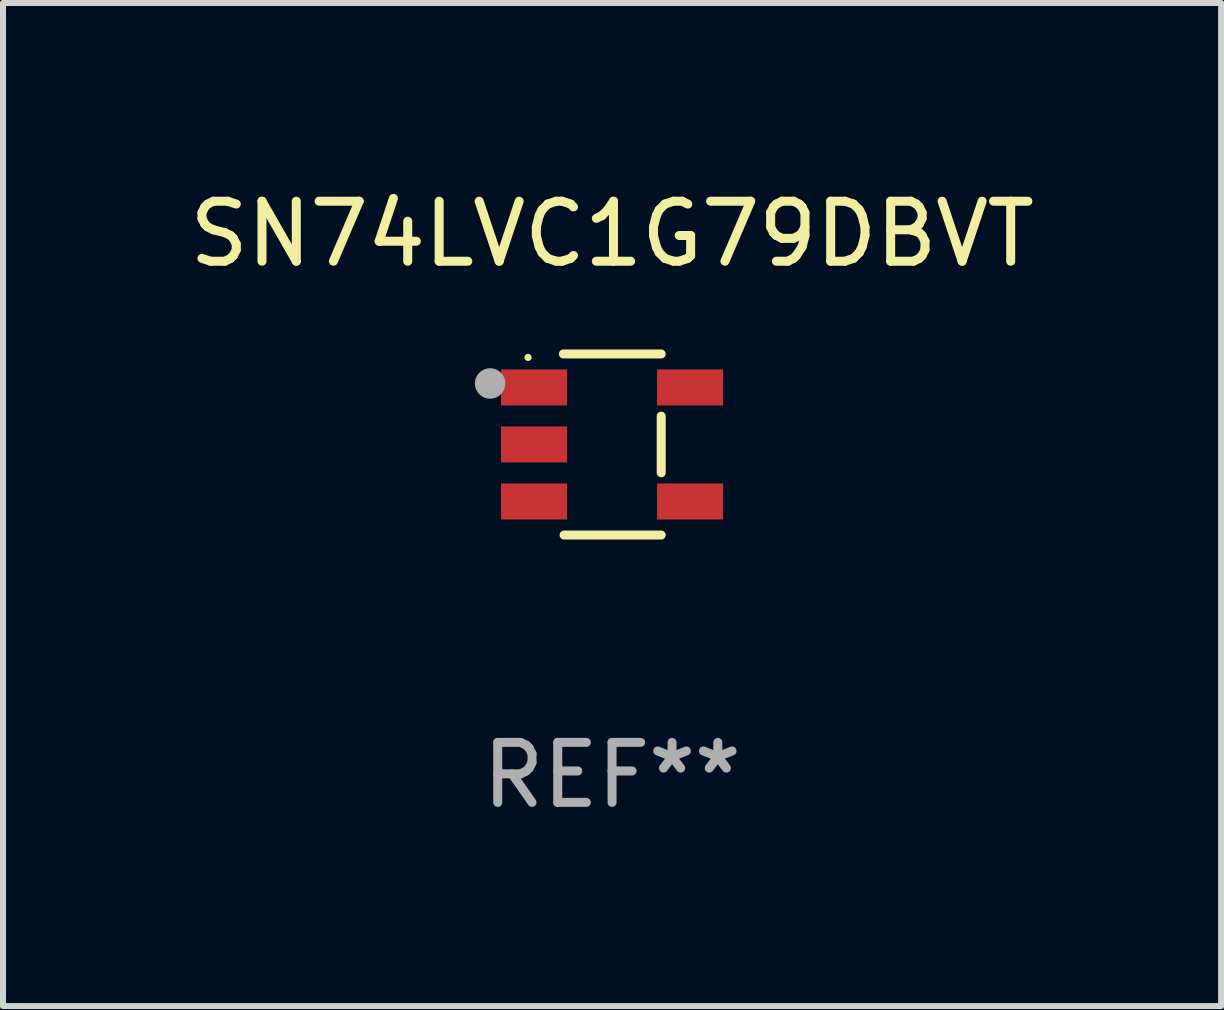
<source format=kicad_pcb>
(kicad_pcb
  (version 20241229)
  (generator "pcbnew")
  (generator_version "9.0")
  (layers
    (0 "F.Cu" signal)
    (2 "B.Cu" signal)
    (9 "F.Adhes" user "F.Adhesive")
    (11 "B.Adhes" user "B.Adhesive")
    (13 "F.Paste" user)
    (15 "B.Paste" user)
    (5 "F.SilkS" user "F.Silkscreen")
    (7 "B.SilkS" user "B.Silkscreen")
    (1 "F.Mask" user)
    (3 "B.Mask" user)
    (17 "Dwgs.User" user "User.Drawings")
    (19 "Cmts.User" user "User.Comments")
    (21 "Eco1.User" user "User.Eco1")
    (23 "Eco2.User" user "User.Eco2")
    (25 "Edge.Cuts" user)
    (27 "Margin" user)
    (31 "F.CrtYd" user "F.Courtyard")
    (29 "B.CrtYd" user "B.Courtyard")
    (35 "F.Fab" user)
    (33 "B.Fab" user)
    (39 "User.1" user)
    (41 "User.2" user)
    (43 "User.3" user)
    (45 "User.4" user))
  (footprint "SN74LVC1G79DBVT"
    (layer "F.Cu")
    (at 7.149 4.357)
    (property "Reference" "SN74LVC1G79DBVT" (at 0 -3.509 0) (layer "F.SilkS") (effects (font (size 1 1) (thickness 0.15))))
    (attr through_hole)
    (fp_line (start -0.811 -1.509) (end 0.819 -1.509) (stroke (width 0.15) (type solid)) (layer "F.SilkS"))
    (fp_line (start -0.8 1.509) (end 0.82 1.509) (stroke (width 0.15) (type solid)) (layer "F.SilkS"))
    (fp_line (start 0.819 -0.472) (end 0.819 0.47) (stroke (width 0.15) (type solid)) (layer "F.SilkS"))
    (fp_circle (center -1.4 -1.451) (end -1.37 -1.451) (stroke (width 0.06) (type solid)) (fill no) (layer "F.SilkS"))
    (fp_circle (center -2.032 -1.017) (end -1.905 -1.017) (stroke (width 0.254) (type solid)) (fill no) (layer "F.Fab"))
    (fp_text user "REF**" (at 0 5.509 0) (layer "F.Fab") (effects (font (size 1 1) (thickness 0.15))))
    (pad "1" smd rect (at -1.3 -0.951) (size 1.1 0.6) (layers "F.Cu" "F.Mask" "F.Paste"))
    (pad "2" smd rect (at -1.3 -0.001) (size 1.1 0.6) (layers "F.Cu" "F.Mask" "F.Paste"))
    (pad "3" smd rect (at -1.3 0.949) (size 1.1 0.6) (layers "F.Cu" "F.Mask" "F.Paste"))
    (pad "4" smd rect (at 1.3 0.949) (size 1.1 0.6) (layers "F.Cu" "F.Mask" "F.Paste"))
    (pad "5" smd rect (at 1.3 -0.951) (size 1.1 0.6) (layers "F.Cu" "F.Mask" "F.Paste")))
  (gr_rect
    (start -3 -3)
    (end 17.298 13.715)
    (stroke (width 0.1) (type default))
    (fill no)
    (layer "Edge.Cuts")))
</source>
